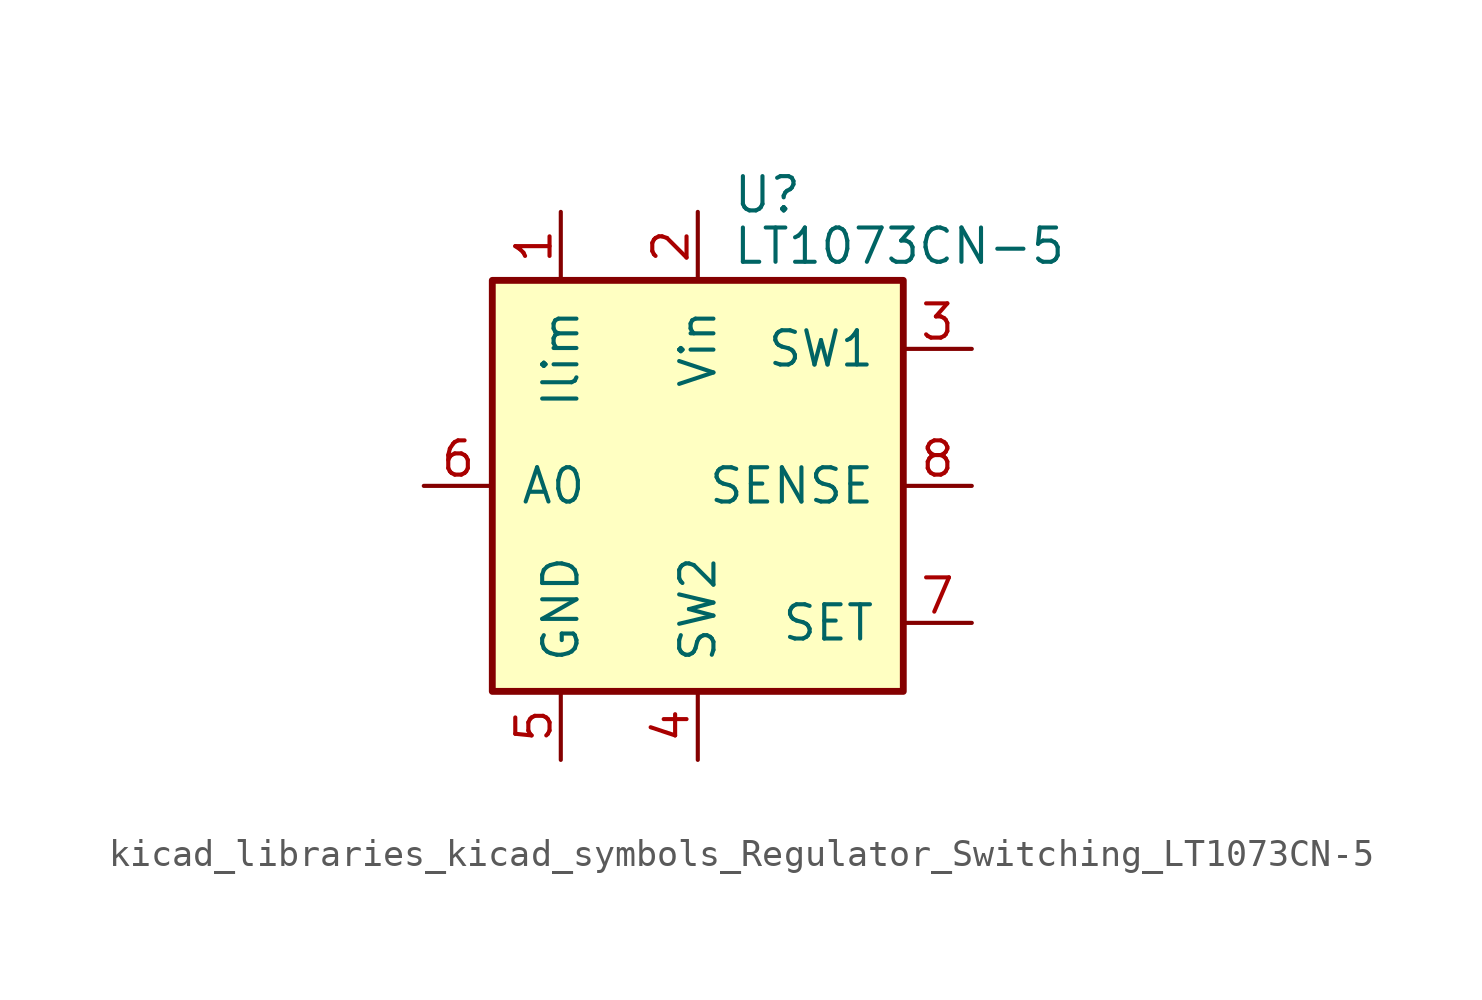
<source format=kicad_sym>
(kicad_symbol_lib
  (version 20220914)
  (generator kicad_symbol_editor)
  (symbol "kicad_libraries_kicad_symbols_Regulator_Switching_LT1073CN-5"
    (pin_names
      (offset 1.016))
    (property "Reference" "U"
      (at 1.27 10.795 0)
      (effects (font (size 1.27 1.27)) (justify left)))
    (property "Value" "LT1073CN-5"
      (at 1.27 8.89 0)
      (effects (font (size 1.27 1.27)) (justify left)))
    (symbol "kicad_libraries_kicad_symbols_Regulator_Switching_LT1073CN-5_0_1"
      (rectangle (start -7.62 7.62) (end 7.62 -7.62) (stroke (width 0.254) (type default)) (fill (type background))))
    (symbol "kicad_libraries_kicad_symbols_Regulator_Switching_LT1073CN-5_1_1"
      (pin input line (at -5.08 10.16 270) (length 2.54) (name "Ilim" (effects (font (size 1.27 1.27)))) (number "1" (effects (font (size 1.27 1.27)))))
      (pin power_in line (at 0 10.16 270) (length 2.54) (name "Vin" (effects (font (size 1.27 1.27)))) (number "2" (effects (font (size 1.27 1.27)))))
      (pin input line (at 10.16 5.08 180) (length 2.54) (name "SW1" (effects (font (size 1.27 1.27)))) (number "3" (effects (font (size 1.27 1.27)))))
      (pin input line (at 0 -10.16 90) (length 2.54) (name "SW2" (effects (font (size 1.27 1.27)))) (number "4" (effects (font (size 1.27 1.27)))))
      (pin power_in line (at -5.08 -10.16 90) (length 2.54) (name "GND" (effects (font (size 1.27 1.27)))) (number "5" (effects (font (size 1.27 1.27)))))
      (pin output line (at -10.16 0 0) (length 2.54) (name "A0" (effects (font (size 1.27 1.27)))) (number "6" (effects (font (size 1.27 1.27)))))
      (pin input line (at 10.16 -5.08 180) (length 2.54) (name "SET" (effects (font (size 1.27 1.27)))) (number "7" (effects (font (size 1.27 1.27)))))
      (pin input line (at 10.16 0 180) (length 2.54) (name "SENSE" (effects (font (size 1.27 1.27)))) (number "8" (effects (font (size 1.27 1.27))))))))
</source>
